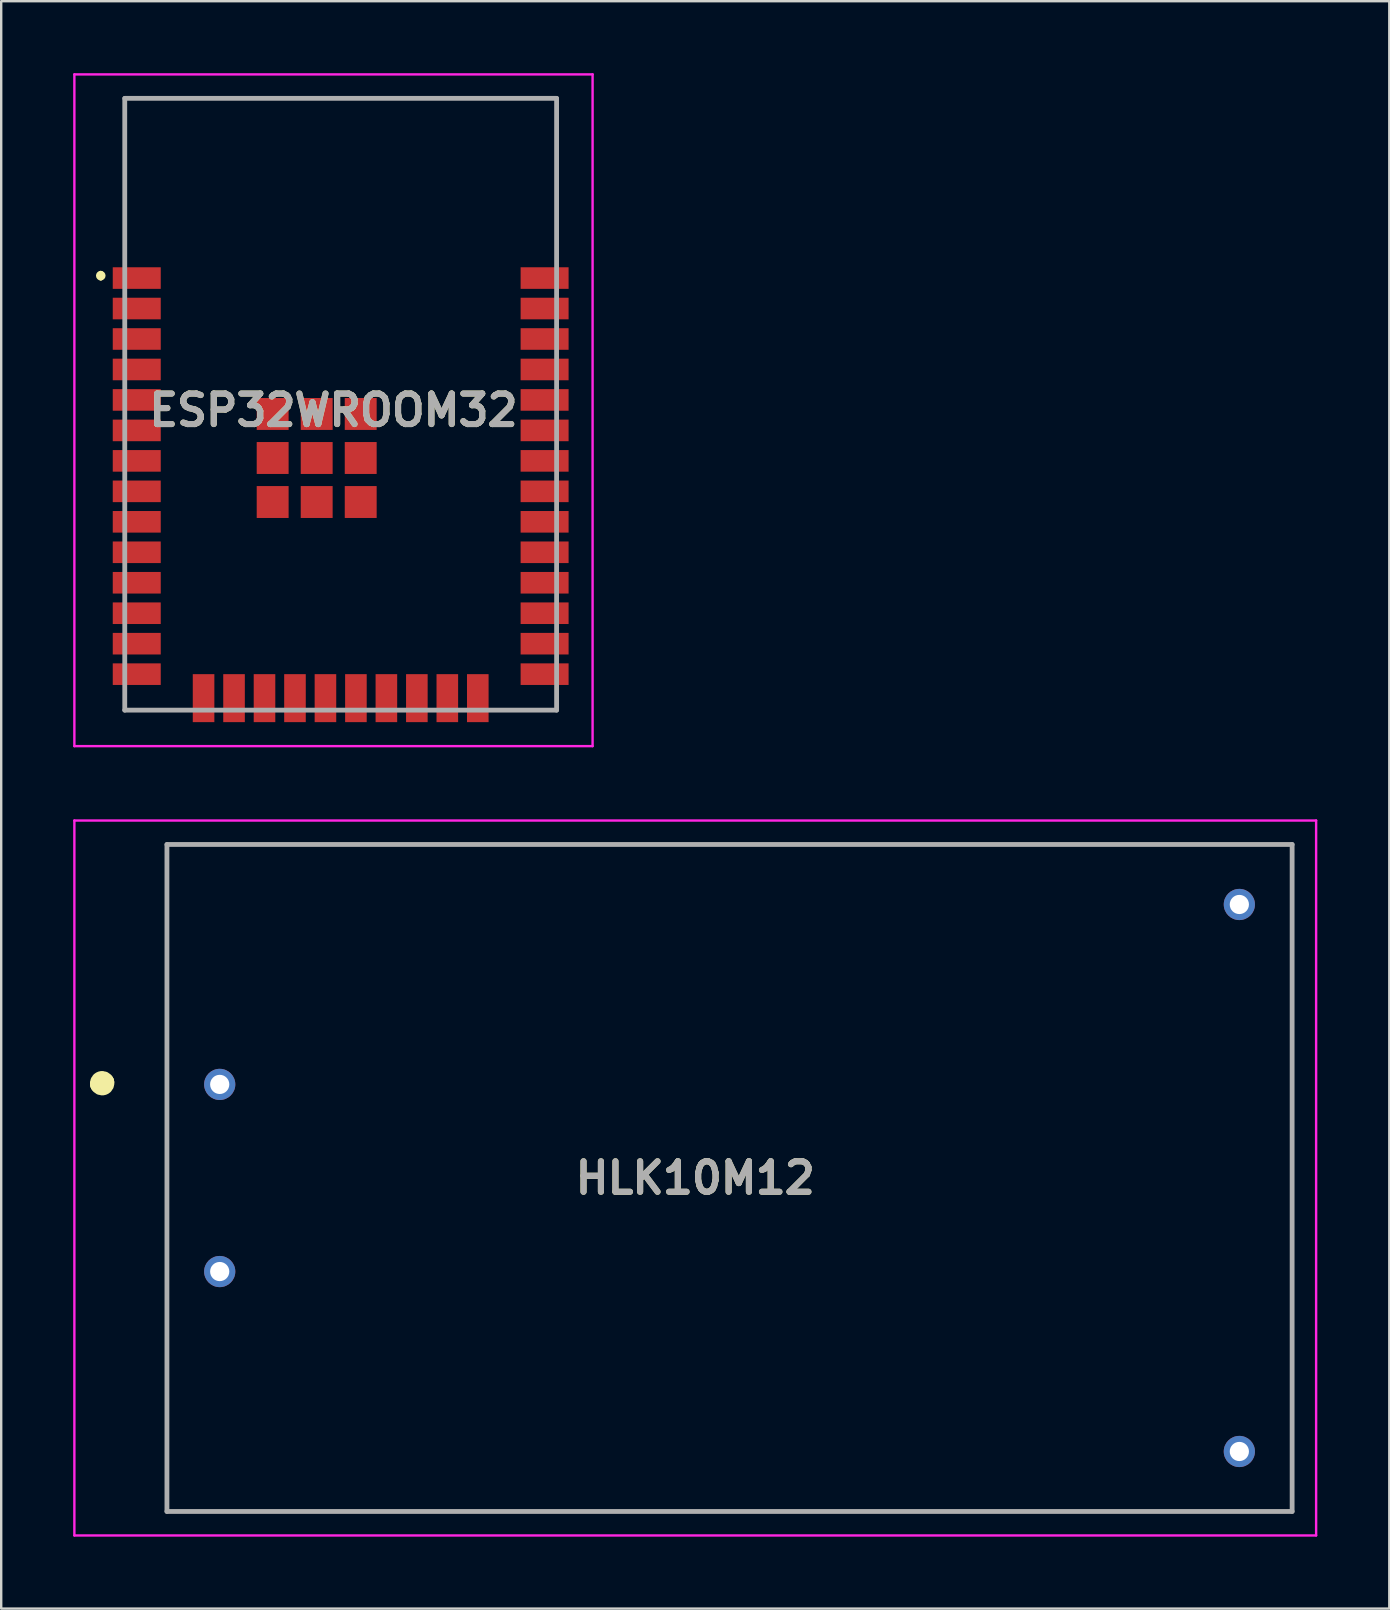
<source format=kicad_pcb>
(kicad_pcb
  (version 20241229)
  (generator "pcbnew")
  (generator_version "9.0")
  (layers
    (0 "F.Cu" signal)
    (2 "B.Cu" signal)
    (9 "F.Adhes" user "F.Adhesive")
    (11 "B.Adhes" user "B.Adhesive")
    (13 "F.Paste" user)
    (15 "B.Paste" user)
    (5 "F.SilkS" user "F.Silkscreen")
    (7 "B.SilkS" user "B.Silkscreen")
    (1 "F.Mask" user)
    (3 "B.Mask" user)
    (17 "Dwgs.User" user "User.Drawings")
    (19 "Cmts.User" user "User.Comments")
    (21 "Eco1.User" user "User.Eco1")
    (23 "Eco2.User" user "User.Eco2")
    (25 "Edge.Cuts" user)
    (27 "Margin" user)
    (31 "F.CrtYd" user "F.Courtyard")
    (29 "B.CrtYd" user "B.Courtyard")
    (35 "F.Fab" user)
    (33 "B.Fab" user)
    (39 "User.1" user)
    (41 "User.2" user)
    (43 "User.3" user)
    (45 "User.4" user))
  (footprint "ESP32WROOM32"
    (layer "F.Cu")
    (at 10.15 16.04)
    (property "Reference" "ESP32WROOM32" (at 0.7 -1.99 0) (layer "F.SilkS") (effects (font (size 1.27 1.27) (thickness 0.254))))
    (attr smd)
    (fp_line (start -9 -7.7) (end -9 -7.7) (stroke (width 0.2) (type solid)) (layer "F.SilkS"))
    (fp_line (start -9 -7.5) (end -9 -7.5) (stroke (width 0.2) (type solid)) (layer "F.SilkS"))
    (fp_line (start -8 -14.99) (end 10 -14.99) (stroke (width 0.1) (type solid)) (layer "F.SilkS"))
    (fp_line (start -8 -8.29) (end -8 -14.99) (stroke (width 0.1) (type solid)) (layer "F.SilkS"))
    (fp_line (start -8 10.51) (end -8 9.71) (stroke (width 0.1) (type solid)) (layer "F.SilkS"))
    (fp_line (start -5.465 10.51) (end -8 10.51) (stroke (width 0.1) (type solid)) (layer "F.SilkS"))
    (fp_line (start 10 -14.99) (end 10 -8.29) (stroke (width 0.1) (type solid)) (layer "F.SilkS"))
    (fp_line (start 10 9.71) (end 10 10.51) (stroke (width 0.1) (type solid)) (layer "F.SilkS"))
    (fp_line (start 10 10.51) (end 7.535 10.51) (stroke (width 0.1) (type solid)) (layer "F.SilkS"))
    (fp_arc (start -9 -7.7) (mid -8.9 -7.6) (end -9 -7.5) (stroke (width 0.2) (type solid)) (layer "F.SilkS"))
    (fp_arc (start -9 -7.5) (mid -9.1 -7.6) (end -9 -7.7) (stroke (width 0.2) (type solid)) (layer "F.SilkS"))
    (fp_line (start -10.1 -15.99) (end 11.5 -15.99) (stroke (width 0.1) (type solid)) (layer "F.CrtYd"))
    (fp_line (start -10.1 12.01) (end -10.1 -15.99) (stroke (width 0.1) (type solid)) (layer "F.CrtYd"))
    (fp_line (start 11.5 -15.99) (end 11.5 12.01) (stroke (width 0.1) (type solid)) (layer "F.CrtYd"))
    (fp_line (start 11.5 12.01) (end -10.1 12.01) (stroke (width 0.1) (type solid)) (layer "F.CrtYd"))
    (fp_line (start -8 -14.99) (end 10 -14.99) (stroke (width 0.2) (type solid)) (layer "F.Fab"))
    (fp_line (start -8 10.51) (end -8 -14.99) (stroke (width 0.2) (type solid)) (layer "F.Fab"))
    (fp_line (start 10 -14.99) (end 10 10.51) (stroke (width 0.2) (type solid)) (layer "F.Fab"))
    (fp_line (start 10 10.51) (end -8 10.51) (stroke (width 0.2) (type solid)) (layer "F.Fab"))
    (fp_text user "${REFERENCE}" (at 0.7 -1.99 0) (layer "F.Fab") (effects (font (size 1.27 1.27) (thickness 0.254))))
    (pad "1" smd rect (at -7.5 -7.5 90) (size 0.9 2) (layers "F.Cu" "F.Mask" "F.Paste"))
    (pad "2" smd rect (at -7.5 -6.23 90) (size 0.9 2) (layers "F.Cu" "F.Mask" "F.Paste"))
    (pad "3" smd rect (at -7.5 -4.96 90) (size 0.9 2) (layers "F.Cu" "F.Mask" "F.Paste"))
    (pad "4" smd rect (at -7.5 -3.69 90) (size 0.9 2) (layers "F.Cu" "F.Mask" "F.Paste"))
    (pad "5" smd rect (at -7.5 -2.42 90) (size 0.9 2) (layers "F.Cu" "F.Mask" "F.Paste"))
    (pad "6" smd rect (at -7.5 -1.15 90) (size 0.9 2) (layers "F.Cu" "F.Mask" "F.Paste"))
    (pad "7" smd rect (at -7.5 0.12 90) (size 0.9 2) (layers "F.Cu" "F.Mask" "F.Paste"))
    (pad "8" smd rect (at -7.5 1.39 90) (size 0.9 2) (layers "F.Cu" "F.Mask" "F.Paste"))
    (pad "9" smd rect (at -7.5 2.66 90) (size 0.9 2) (layers "F.Cu" "F.Mask" "F.Paste"))
    (pad "10" smd rect (at -7.5 3.93 90) (size 0.9 2) (layers "F.Cu" "F.Mask" "F.Paste"))
    (pad "11" smd rect (at -7.5 5.2 90) (size 0.9 2) (layers "F.Cu" "F.Mask" "F.Paste"))
    (pad "12" smd rect (at -7.5 6.47 90) (size 0.9 2) (layers "F.Cu" "F.Mask" "F.Paste"))
    (pad "13" smd rect (at -7.5 7.74 90) (size 0.9 2) (layers "F.Cu" "F.Mask" "F.Paste"))
    (pad "14" smd rect (at -7.5 9.01 90) (size 0.9 2) (layers "F.Cu" "F.Mask" "F.Paste"))
    (pad "15" smd rect (at -4.715 10.01) (size 0.9 2) (layers "F.Cu" "F.Mask" "F.Paste"))
    (pad "16" smd rect (at -3.445 10.01) (size 0.9 2) (layers "F.Cu" "F.Mask" "F.Paste"))
    (pad "17" smd rect (at -2.175 10.01) (size 0.9 2) (layers "F.Cu" "F.Mask" "F.Paste"))
    (pad "18" smd rect (at -0.905 10.01) (size 0.9 2) (layers "F.Cu" "F.Mask" "F.Paste"))
    (pad "19" smd rect (at 0.365 10.01) (size 0.9 2) (layers "F.Cu" "F.Mask" "F.Paste"))
    (pad "20" smd rect (at 1.635 10.01) (size 0.9 2) (layers "F.Cu" "F.Mask" "F.Paste"))
    (pad "21" smd rect (at 2.905 10.01) (size 0.9 2) (layers "F.Cu" "F.Mask" "F.Paste"))
    (pad "22" smd rect (at 4.175 10.01) (size 0.9 2) (layers "F.Cu" "F.Mask" "F.Paste"))
    (pad "23" smd rect (at 5.445 10.01) (size 0.9 2) (layers "F.Cu" "F.Mask" "F.Paste"))
    (pad "24" smd rect (at 6.715 10.01) (size 0.9 2) (layers "F.Cu" "F.Mask" "F.Paste"))
    (pad "25" smd rect (at 9.5 9.01 90) (size 0.9 2) (layers "F.Cu" "F.Mask" "F.Paste"))
    (pad "26" smd rect (at 9.5 7.74 90) (size 0.9 2) (layers "F.Cu" "F.Mask" "F.Paste"))
    (pad "27" smd rect (at 9.5 6.47 90) (size 0.9 2) (layers "F.Cu" "F.Mask" "F.Paste"))
    (pad "28" smd rect (at 9.5 5.2 90) (size 0.9 2) (layers "F.Cu" "F.Mask" "F.Paste"))
    (pad "29" smd rect (at 9.5 3.93 90) (size 0.9 2) (layers "F.Cu" "F.Mask" "F.Paste"))
    (pad "30" smd rect (at 9.5 2.66 90) (size 0.9 2) (layers "F.Cu" "F.Mask" "F.Paste"))
    (pad "31" smd rect (at 9.5 1.39 90) (size 0.9 2) (layers "F.Cu" "F.Mask" "F.Paste"))
    (pad "32" smd rect (at 9.5 0.12 90) (size 0.9 2) (layers "F.Cu" "F.Mask" "F.Paste"))
    (pad "33" smd rect (at 9.5 -1.15 90) (size 0.9 2) (layers "F.Cu" "F.Mask" "F.Paste"))
    (pad "34" smd rect (at 9.5 -2.42 90) (size 0.9 2) (layers "F.Cu" "F.Mask" "F.Paste"))
    (pad "35" smd rect (at 9.5 -3.69 90) (size 0.9 2) (layers "F.Cu" "F.Mask" "F.Paste"))
    (pad "36" smd rect (at 9.5 -4.96 90) (size 0.9 2) (layers "F.Cu" "F.Mask" "F.Paste"))
    (pad "37" smd rect (at 9.5 -6.23 90) (size 0.9 2) (layers "F.Cu" "F.Mask" "F.Paste"))
    (pad "38" smd rect (at 9.5 -7.5 90) (size 0.9 2) (layers "F.Cu" "F.Mask" "F.Paste"))
    (pad "39" smd rect (at -1.835 -1.835 90) (size 1.33 1.33) (layers "F.Cu" "F.Mask" "F.Paste"))
    (pad "40" smd rect (at 0 -1.835 90) (size 1.33 1.33) (layers "F.Cu" "F.Mask" "F.Paste"))
    (pad "41" smd rect (at 1.835 -1.835 90) (size 1.33 1.33) (layers "F.Cu" "F.Mask" "F.Paste"))
    (pad "42" smd rect (at -1.835 0 90) (size 1.33 1.33) (layers "F.Cu" "F.Mask" "F.Paste"))
    (pad "43" smd rect (at 0 0 90) (size 1.33 1.33) (layers "F.Cu" "F.Mask" "F.Paste"))
    (pad "44" smd rect (at 1.835 0 90) (size 1.33 1.33) (layers "F.Cu" "F.Mask" "F.Paste"))
    (pad "45" smd rect (at -1.835 1.835 90) (size 1.33 1.33) (layers "F.Cu" "F.Mask" "F.Paste"))
    (pad "46" smd rect (at 0 1.835 90) (size 1.33 1.33) (layers "F.Cu" "F.Mask" "F.Paste"))
    (pad "47" smd rect (at 1.835 1.835 90) (size 1.33 1.33) (layers "F.Cu" "F.Mask" "F.Paste")))
  (footprint "HLK10M12"
    (layer "F.Cu")
    (at 6.108 42.15)
    (property "Reference" "HLK10M12" (at 19.821 3.9 0) (layer "F.SilkS") (effects (font (size 1.27 1.27) (thickness 0.254))))
    (attr through_hole)
    (fp_line (start -5.05 0) (end -5.05 0) (stroke (width 0.7) (type solid)) (layer "F.SilkS"))
    (fp_line (start -4.75 -0.1) (end -4.75 -0.1) (stroke (width 0.7) (type solid)) (layer "F.SilkS"))
    (fp_arc (start -5.05 0) (mid -4.95 -0.2) (end -4.75 -0.1) (stroke (width 0.7) (type solid)) (layer "F.SilkS"))
    (fp_arc (start -4.75 -0.1) (mid -4.85 0.1) (end -5.05 0) (stroke (width 0.7) (type solid)) (layer "F.SilkS"))
    (fp_line (start -6.058 -11) (end 45.7 -11) (stroke (width 0.1) (type solid)) (layer "F.CrtYd"))
    (fp_line (start -6.058 18.8) (end -6.058 -11) (stroke (width 0.1) (type solid)) (layer "F.CrtYd"))
    (fp_line (start 45.7 -11) (end 45.7 18.8) (stroke (width 0.1) (type solid)) (layer "F.CrtYd"))
    (fp_line (start 45.7 18.8) (end -6.058 18.8) (stroke (width 0.1) (type solid)) (layer "F.CrtYd"))
    (fp_line (start -2.2 -10) (end 44.7 -10) (stroke (width 0.2) (type solid)) (layer "F.Fab"))
    (fp_line (start -2.2 17.8) (end -2.2 -10) (stroke (width 0.2) (type solid)) (layer "F.Fab"))
    (fp_line (start 44.7 -10) (end 44.7 17.8) (stroke (width 0.2) (type solid)) (layer "F.Fab"))
    (fp_line (start 44.7 17.8) (end -2.2 17.8) (stroke (width 0.2) (type solid)) (layer "F.Fab"))
    (fp_text user "${REFERENCE}" (at 19.821 3.9 0) (layer "F.Fab") (effects (font (size 1.27 1.27) (thickness 0.254))))
    (pad "1" thru_hole circle (at 0 0) (size 1.3 1.3) (drill 0.8) (layers "*.Cu" "*.Mask"))
    (pad "2" thru_hole circle (at 0 7.8) (size 1.3 1.3) (drill 0.8) (layers "*.Cu" "*.Mask"))
    (pad "3" thru_hole circle (at 42.5 -7.5) (size 1.3 1.3) (drill 0.8) (layers "*.Cu" "*.Mask"))
    (pad "4" thru_hole circle (at 42.5 15.3) (size 1.3 1.3) (drill 0.8) (layers "*.Cu" "*.Mask")))
  (gr_rect
    (start -3 -3)
    (end 54.858 64)
    (stroke (width 0.1) (type default))
    (fill no)
    (layer "Edge.Cuts")))
</source>
